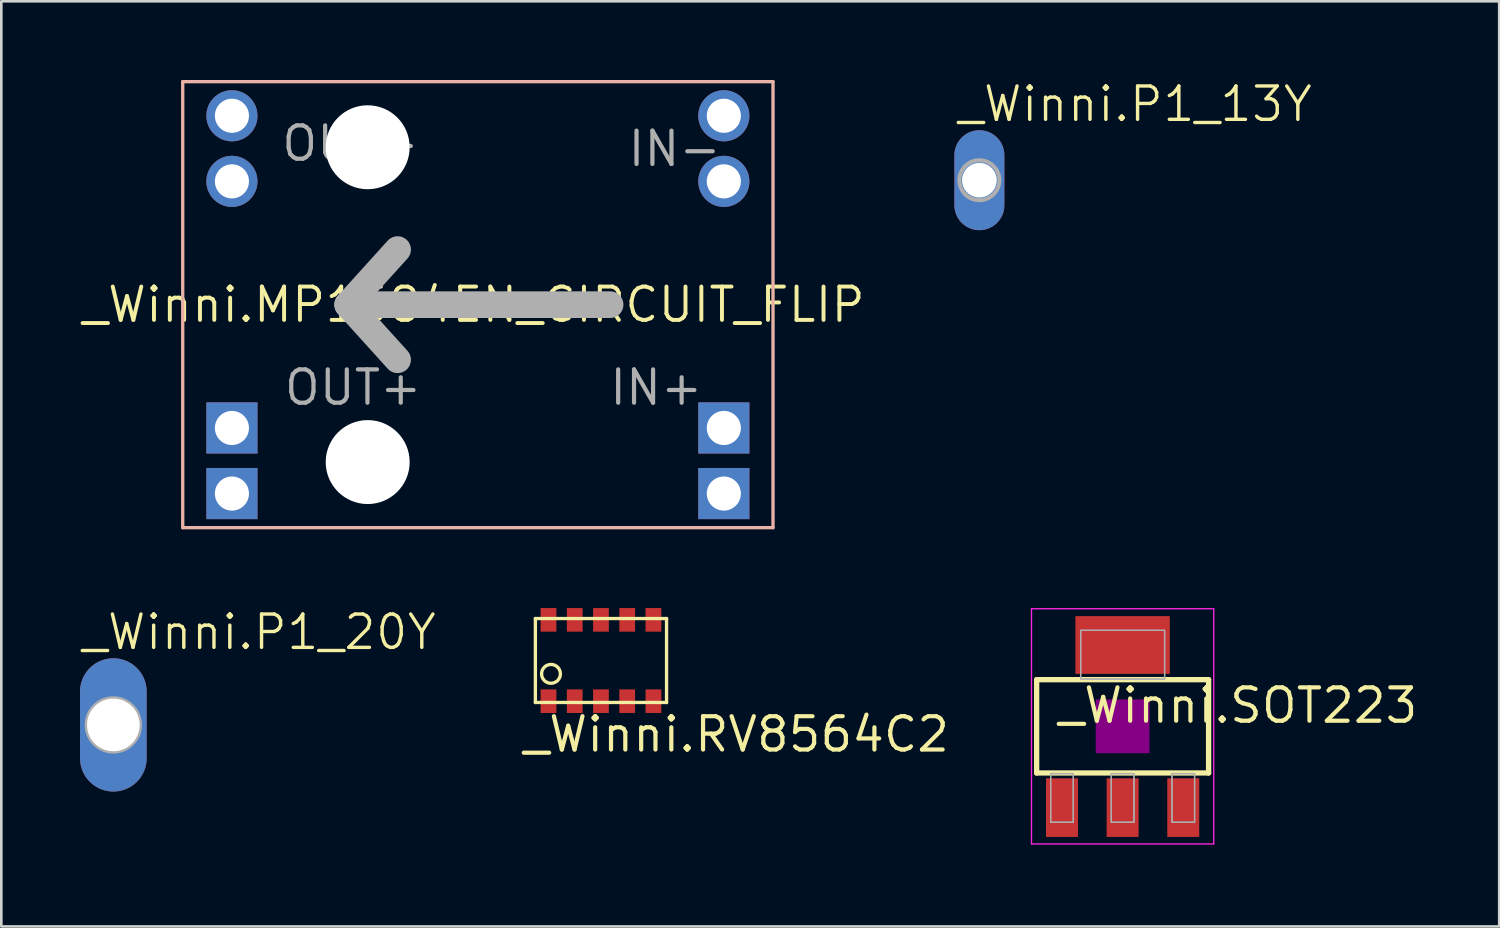
<source format=kicad_pcb>
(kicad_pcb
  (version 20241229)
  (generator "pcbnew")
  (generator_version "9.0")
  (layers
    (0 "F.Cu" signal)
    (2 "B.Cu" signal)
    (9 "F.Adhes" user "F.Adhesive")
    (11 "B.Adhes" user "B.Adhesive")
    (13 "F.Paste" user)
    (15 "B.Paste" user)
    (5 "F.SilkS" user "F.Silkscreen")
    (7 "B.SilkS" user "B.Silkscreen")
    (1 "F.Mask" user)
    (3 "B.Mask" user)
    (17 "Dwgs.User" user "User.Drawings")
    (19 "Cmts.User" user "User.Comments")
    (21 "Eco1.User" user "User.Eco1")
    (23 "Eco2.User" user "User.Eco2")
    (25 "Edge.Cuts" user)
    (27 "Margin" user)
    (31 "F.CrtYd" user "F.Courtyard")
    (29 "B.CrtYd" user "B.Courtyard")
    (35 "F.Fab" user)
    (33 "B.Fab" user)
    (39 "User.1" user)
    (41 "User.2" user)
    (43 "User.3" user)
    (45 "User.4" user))
  (footprint "_Winni.SOT223"
    (layer "F.Cu")
    (at 39.741 24.635)
    (property "Reference" "_Winni.SOT223" (at -2.54 -0.051 0) (layer "F.SilkS") (effects (font (size 1.27 1.27) (thickness 0.16)) (justify left bottom)))
    (attr smd)
    (fp_line (start -3.277 -1.778) (end 3.277 -1.778) (stroke (width 0.203) (type default)) (layer "F.SilkS"))
    (fp_line (start -3.277 1.778) (end -3.277 -1.778) (stroke (width 0.203) (type default)) (layer "F.SilkS"))
    (fp_line (start 3.277 -1.778) (end 3.277 1.778) (stroke (width 0.203) (type default)) (layer "F.SilkS"))
    (fp_line (start 3.277 1.778) (end -3.277 1.778) (stroke (width 0.203) (type default)) (layer "F.SilkS"))
    (fp_rect (start -1 1) (end 1 -1) (stroke (width 0.05) (type default)) (fill yes) (layer "F.Adhes"))
    (fp_line (start -3.473 -4.483) (end 3.473 -4.483) (stroke (width 0.051) (type default)) (layer "F.CrtYd"))
    (fp_line (start -3.473 4.483) (end -3.473 -4.483) (stroke (width 0.051) (type default)) (layer "F.CrtYd"))
    (fp_line (start 3.473 -4.483) (end 3.473 4.483) (stroke (width 0.051) (type default)) (layer "F.CrtYd"))
    (fp_line (start 3.473 4.483) (end -3.473 4.483) (stroke (width 0.051) (type default)) (layer "F.CrtYd"))
    (fp_rect (start -2.743 3.658) (end -1.88 1.803) (stroke (width 0.05) (type default)) (fill no) (layer "F.Fab"))
    (fp_rect (start -2.743 3.658) (end -1.88 1.803) (stroke (width 0.05) (type default)) (fill no) (layer "F.Fab"))
    (fp_rect (start -1.6 -1.803) (end 1.6 -3.658) (stroke (width 0.05) (type default)) (fill no) (layer "F.Fab"))
    (fp_rect (start -1.6 -1.803) (end 1.6 -3.658) (stroke (width 0.05) (type default)) (fill no) (layer "F.Fab"))
    (fp_rect (start -0.432 3.658) (end 0.432 1.803) (stroke (width 0.05) (type default)) (fill no) (layer "F.Fab"))
    (fp_rect (start -0.432 3.658) (end 0.432 1.803) (stroke (width 0.05) (type default)) (fill no) (layer "F.Fab"))
    (fp_rect (start 1.88 3.658) (end 2.743 1.803) (stroke (width 0.05) (type default)) (fill no) (layer "F.Fab"))
    (fp_rect (start 1.88 3.658) (end 2.743 1.803) (stroke (width 0.05) (type default)) (fill no) (layer "F.Fab"))
    (pad "1" smd roundrect (at -2.311 3.099) (size 1.219 2.235) (layers "F.Cu" "F.Mask" "F.Paste") (roundrect_rratio 0.01))
    (pad "2" smd roundrect (at 0 3.099) (size 1.219 2.235) (layers "F.Cu" "F.Mask" "F.Paste") (roundrect_rratio 0.01))
    (pad "3" smd roundrect (at 2.311 3.099) (size 1.219 2.235) (layers "F.Cu" "F.Mask" "F.Paste") (roundrect_rratio 0.01))
    (pad "4" smd roundrect (at 0 -3.099) (size 3.6 2.2) (layers "F.Cu" "F.Mask" "F.Paste") (roundrect_rratio 0.01)))
  (footprint "_Winni.RV8564C2"
    (layer "F.Cu")
    (at 19.857 22.127)
    (property "Reference" "_Winni.RV8564C2" (at -3.048 3.556 0) (layer "F.SilkS") (effects (font (size 1.27 1.27) (thickness 0.16)) (justify left bottom)))
    (attr smd)
    (fp_line (start -2.5 -1.6) (end 2.5 -1.6) (stroke (width 0.127) (type default)) (layer "F.SilkS"))
    (fp_line (start -2.5 1.6) (end -2.5 -1.6) (stroke (width 0.127) (type default)) (layer "F.SilkS"))
    (fp_line (start 2.5 -1.6) (end 2.5 1.6) (stroke (width 0.127) (type default)) (layer "F.SilkS"))
    (fp_line (start 2.5 1.6) (end -2.5 1.6) (stroke (width 0.127) (type default)) (layer "F.SilkS"))
    (fp_circle (center -1.905 0.508) (end -1.546 0.508) (stroke (width 0.127) (type default)) (fill no) (layer "F.SilkS"))
    (pad "P$1" smd roundrect (at -2 1.55 90) (size 0.9 0.6) (layers "F.Cu" "F.Mask" "F.Paste") (roundrect_rratio 0.01))
    (pad "P$2" smd roundrect (at -1 1.55 90) (size 0.9 0.6) (layers "F.Cu" "F.Mask" "F.Paste") (roundrect_rratio 0.01))
    (pad "P$3" smd roundrect (at 0 1.55 90) (size 0.9 0.6) (layers "F.Cu" "F.Mask" "F.Paste") (roundrect_rratio 0.01))
    (pad "P$4" smd roundrect (at 1 1.55 90) (size 0.9 0.6) (layers "F.Cu" "F.Mask" "F.Paste") (roundrect_rratio 0.01))
    (pad "P$5" smd roundrect (at 2 1.55 90) (size 0.9 0.6) (layers "F.Cu" "F.Mask" "F.Paste") (roundrect_rratio 0.01))
    (pad "P$6" smd roundrect (at 2 -1.55 90) (size 0.9 0.6) (layers "F.Cu" "F.Mask" "F.Paste") (roundrect_rratio 0.01))
    (pad "P$7" smd roundrect (at 1 -1.55 90) (size 0.9 0.6) (layers "F.Cu" "F.Mask" "F.Paste") (roundrect_rratio 0.01))
    (pad "P$8" smd roundrect (at 0 -1.55 90) (size 0.9 0.6) (layers "F.Cu" "F.Mask" "F.Paste") (roundrect_rratio 0.01))
    (pad "P$9" smd roundrect (at -1 -1.55 90) (size 0.9 0.6) (layers "F.Cu" "F.Mask" "F.Paste") (roundrect_rratio 0.01))
    (pad "P$10" smd roundrect (at -2 -1.55 90) (size 0.9 0.6) (layers "F.Cu" "F.Mask" "F.Paste") (roundrect_rratio 0.01)))
  (footprint "_Winni.P1_13Y"
    (layer "F.Cu")
    (at 34.281 3.819)
    (property "Reference" "_Winni.P1_13Y" (at -0.889 -2.159 0) (layer "F.SilkS") (effects (font (size 1.27 1.27) (thickness 0.13)) (justify left bottom)))
    (attr through_hole)
    (fp_rect (start -0.33 0.33) (end 0.33 -0.33) (stroke (width 0.05) (type default)) (fill no) (layer "F.Fab"))
    (fp_circle (center 0 0) (end 0.762 0) (stroke (width 0.152) (type default)) (fill no) (layer "F.Fab"))
    (fp_text user ">TP_SIGNAL_NAME" (at -1.27 3.81 0) (layer "Eco1.User") (effects (font (size 1 1) (thickness 0.13)) (justify left bottom)))
    (pad "TP" thru_hole oval (at 0 0 90) (size 3.81 1.905) (drill 1.321) (layers "*.Cu" "*.Mask")))
  (footprint "_Winni.MP1584EN_CIRCUIT_FLIP"
    (layer "F.Cu")
    (at 15.005 8.563)
    (property "Reference" "_Winni.MP1584EN_CIRCUIT_FLIP" (at 0 0 0) (layer "F.SilkS") (effects (font (size 1.27 1.27) (thickness 0.15))))
    (attr through_hole)
    (fp_line (start -11.09 -8.5) (end -11.09 8.5) (stroke (width 0.127) (type default)) (layer "B.SilkS"))
    (fp_line (start -11.09 8.5) (end 11.41 8.5) (stroke (width 0.127) (type default)) (layer "B.SilkS"))
    (fp_line (start 11.41 -8.5) (end -11.09 -8.5) (stroke (width 0.127) (type default)) (layer "B.SilkS"))
    (fp_line (start 11.41 8.5) (end 11.41 -8.5) (stroke (width 0.127) (type default)) (layer "B.SilkS"))
    (fp_line (start -4.8 0) (end -2.9 -2.1) (stroke (width 1.016) (type default)) (layer "F.Fab"))
    (fp_line (start -4.8 0) (end 5.2 0) (stroke (width 1.016) (type default)) (layer "F.Fab"))
    (fp_line (start -2.9 2.1) (end -4.8 0) (stroke (width 1.016) (type default)) (layer "F.Fab"))
    (fp_text user "OUT+" (at -7.3 3.9 0) (layer "F.Fab") (effects (font (size 1.27 1.27) (thickness 0.16)) (justify left bottom)))
    (fp_text user "OUT-" (at -7.4 -5.4 0) (layer "F.Fab") (effects (font (size 1.27 1.27) (thickness 0.16)) (justify left bottom)))
    (fp_text user "IN+" (at 5.1 3.9 0) (layer "F.Fab") (effects (font (size 1.27 1.27) (thickness 0.16)) (justify left bottom)))
    (fp_text user "IN-" (at 5.8 -5.2 0) (layer "F.Fab") (effects (font (size 1.27 1.27) (thickness 0.16)) (justify left bottom)))
    (pad "" np_thru_hole circle (at -4.04 -6) (size 3.2 3.2) (drill 3.2) (layers "*.Cu" "*.Mask"))
    (pad "" np_thru_hole circle (at -4.04 6) (size 3.2 3.2) (drill 3.2) (layers "*.Cu" "*.Mask"))
    (pad "1" thru_hole circle (at 9.535 -7.2 180) (size 1.95 1.95) (drill 1.3) (layers "*.Cu" "*.Mask"))
    (pad "2" thru_hole circle (at 9.535 -4.7 180) (size 1.95 1.95) (drill 1.3) (layers "*.Cu" "*.Mask"))
    (pad "3" thru_hole rect (at 9.535 4.7 180) (size 1.95 1.95) (drill 1.3) (layers "*.Cu" "*.Mask"))
    (pad "4" thru_hole rect (at 9.535 7.2 180) (size 1.95 1.95) (drill 1.3) (layers "*.Cu" "*.Mask"))
    (pad "5" thru_hole rect (at -9.215 7.2 180) (size 1.95 1.95) (drill 1.3) (layers "*.Cu" "*.Mask"))
    (pad "6" thru_hole rect (at -9.215 4.7 180) (size 1.95 1.95) (drill 1.3) (layers "*.Cu" "*.Mask"))
    (pad "7" thru_hole circle (at -9.215 -4.7 180) (size 1.95 1.95) (drill 1.3) (layers "*.Cu" "*.Mask"))
    (pad "8" thru_hole circle (at -9.215 -7.2 180) (size 1.95 1.95) (drill 1.3) (layers "*.Cu" "*.Mask")))
  (footprint "_Winni.P1_20Y"
    (layer "F.Cu")
    (at 1.27 24.581)
    (property "Reference" "_Winni.P1_20Y" (at -1.27 -2.794 0) (layer "F.SilkS") (effects (font (size 1.27 1.27) (thickness 0.13)) (justify left bottom)))
    (attr through_hole)
    (fp_rect (start -0.33 0.33) (end 0.33 -0.33) (stroke (width 0.05) (type default)) (fill no) (layer "F.Fab"))
    (fp_circle (center 0 0) (end 1.016 0) (stroke (width 0.152) (type default)) (fill no) (layer "F.Fab"))
    (fp_text user ">TP_SIGNAL_NAME" (at -1.27 4.445 0) (layer "Eco1.User") (effects (font (size 1 1) (thickness 0.13)) (justify left bottom)))
    (pad "TP" thru_hole oval (at 0 0 90) (size 5.08 2.54) (drill 2.007) (layers "*.Cu" "*.Mask")))
  (gr_rect
    (start -3 -3)
    (end 54.095 32.262)
    (stroke (width 0.1) (type default))
    (fill no)
    (layer "Edge.Cuts")))
</source>
